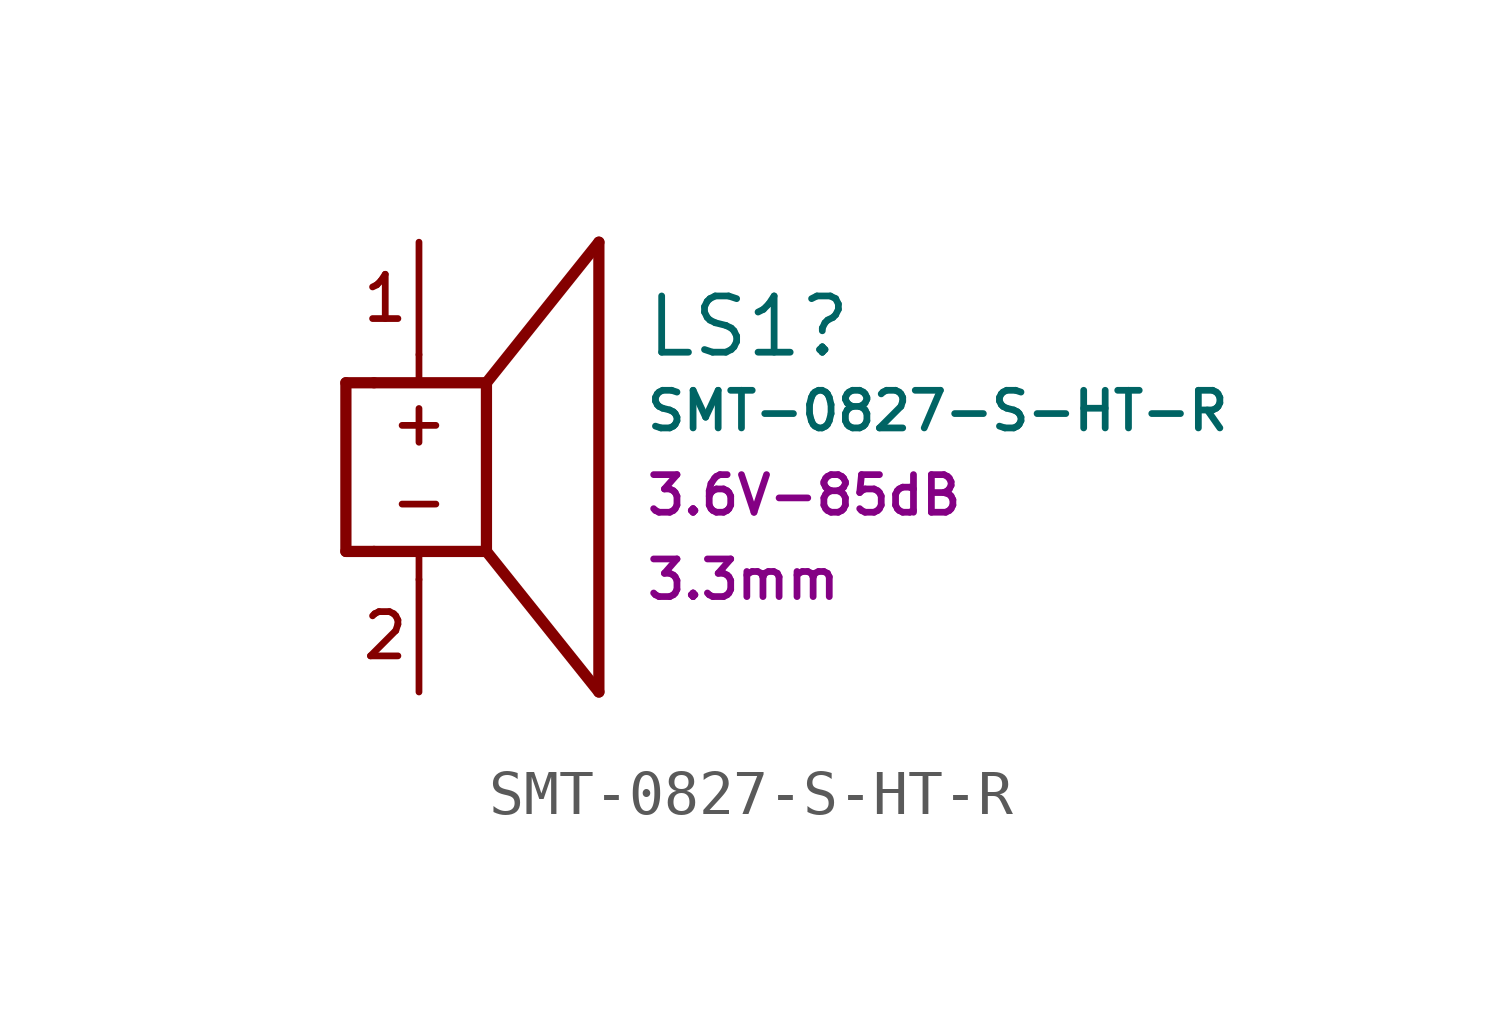
<source format=kicad_sym>
(kicad_symbol_lib
  (version 20211014)
  (generator kicad_symbol_editor)
  (symbol "SMT-0827-S-HT-R"
    (pin_numbers hide)
    (pin_names
      (offset 1.016) hide)
    (property "Reference" "LS1"
      (at 5.08 -1.905 0)
      (effects (font (size 1.27 1.27)) (justify left)))
    (property "Value" "SMT-0827-S-HT-R"
      (at 5.08 -3.81 0)
      (effects (font (size 0.85 0.85)) (justify left)))
    (property "Voltage-Sound Pressure" "3.6V-85dB"
      (at 5.08 -5.715 0)
      (effects (font (size 0.85 0.85)) (justify left)))
    (property "Max Package Height" "3.3mm"
      (at 5.08 -7.62 0)
      (effects (font (size 0.85 0.85)) (justify left)))
    (symbol "SMT-0827-S-HT-R_0_0"
      (polyline (pts (xy -1.651 -6.985) (xy -1.016 -6.985)) (stroke (width 0.254) (type default) (color 0 0 0 0)) (fill (type none)))
      (polyline (pts (xy -1.651 -3.175) (xy -1.651 -6.985)) (stroke (width 0.254) (type default) (color 0 0 0 0)) (fill (type none)))
      (polyline (pts (xy -1.651 -3.175) (xy -1.016 -3.175)) (stroke (width 0.254) (type default) (color 0 0 0 0)) (fill (type none)))
      (polyline (pts (xy -1.016 -6.985) (xy 1.524 -6.985)) (stroke (width 0.254) (type default) (color 0 0 0 0)) (fill (type none)))
      (polyline (pts (xy -1.016 -3.175) (xy 1.524 -3.175)) (stroke (width 0.254) (type default) (color 0 0 0 0)) (fill (type none)))
      (polyline (pts (xy 0 -7.62) (xy 0 -6.985)) (stroke (width 0.152) (type default) (color 0 0 0 0)) (fill (type none)))
      (polyline (pts (xy 0 -2.54) (xy 0 -3.175)) (stroke (width 0.152) (type default) (color 0 0 0 0)) (fill (type none)))
      (polyline (pts (xy 1.524 -6.985) (xy 1.524 -3.175)) (stroke (width 0.254) (type default) (color 0 0 0 0)) (fill (type none)))
      (polyline (pts (xy 1.524 -6.985) (xy 4.064 -10.16)) (stroke (width 0.254) (type default) (color 0 0 0 0)) (fill (type none)))
      (polyline (pts (xy 1.524 -3.175) (xy 4.064 0)) (stroke (width 0.254) (type default) (color 0 0 0 0)) (fill (type none)))
      (polyline (pts (xy 4.064 -10.16) (xy 4.064 0)) (stroke (width 0.254) (type default) (color 0 0 0 0)) (fill (type none)))
      (text "+" (at 0 -4.064 0) (effects (font (size 1 1))))
      (text "-" (at 0 -5.842 0) (effects (font (size 1 1))))
      (text "1" (at -0.762 -1.27 0) (effects (font (size 1 1))))
      (text "2" (at -0.762 -8.89 0) (effects (font (size 1 1))))
      (pin passive line (at 0 0 270) (length 2.54) (name "+" (effects (font (size 1.27 1.27)))) (number "1" (effects (font (size 1 1)))))
      (pin passive line (at 0 -10.16 90) (length 2.54) (name "-" (effects (font (size 1.27 1.27)))) (number "2" (effects (font (size 1 1)))))
      (pin no_connect line (at -3.302 -4.826 0) (length 2.54) hide (name "NC" (effects (font (size 1.27 1.27)))) (number "3" (effects (font (size 1.27 1.27)))))
      (pin no_connect line (at -3.302 -6.35 0) (length 2.54) hide (name "NC" (effects (font (size 1.27 1.27)))) (number "4" (effects (font (size 1.27 1.27))))))))
</source>
